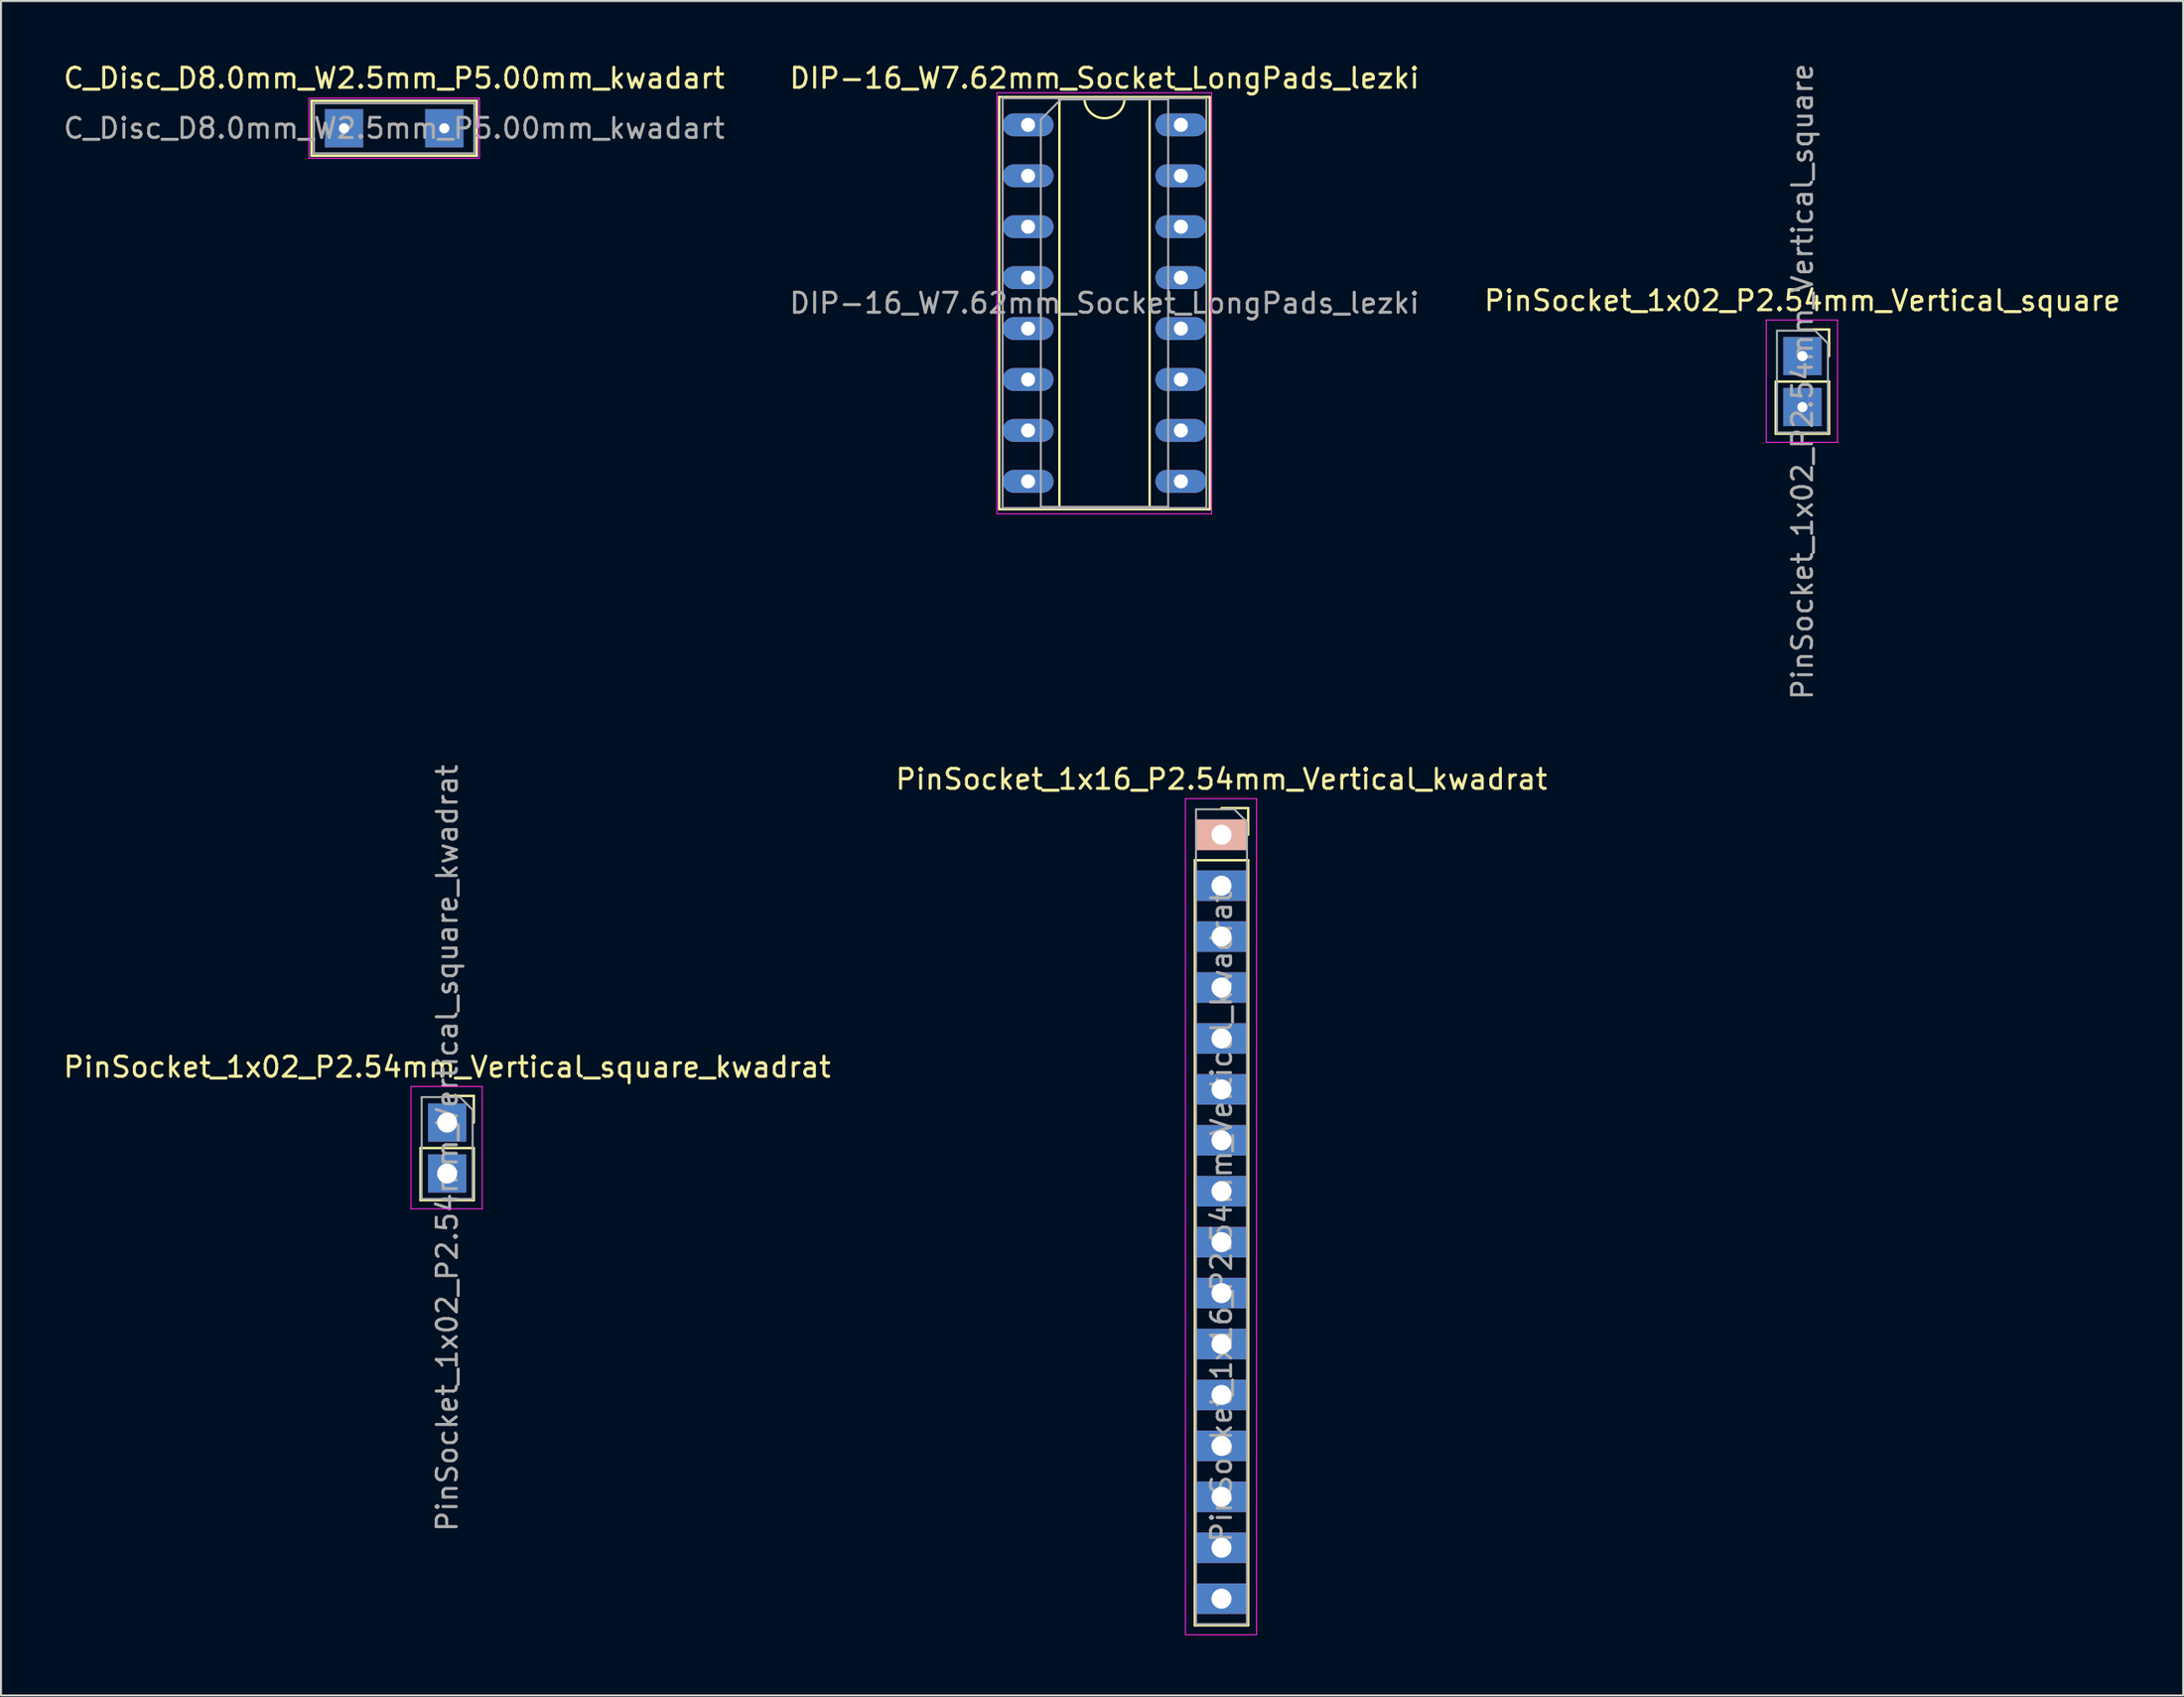
<source format=kicad_pcb>
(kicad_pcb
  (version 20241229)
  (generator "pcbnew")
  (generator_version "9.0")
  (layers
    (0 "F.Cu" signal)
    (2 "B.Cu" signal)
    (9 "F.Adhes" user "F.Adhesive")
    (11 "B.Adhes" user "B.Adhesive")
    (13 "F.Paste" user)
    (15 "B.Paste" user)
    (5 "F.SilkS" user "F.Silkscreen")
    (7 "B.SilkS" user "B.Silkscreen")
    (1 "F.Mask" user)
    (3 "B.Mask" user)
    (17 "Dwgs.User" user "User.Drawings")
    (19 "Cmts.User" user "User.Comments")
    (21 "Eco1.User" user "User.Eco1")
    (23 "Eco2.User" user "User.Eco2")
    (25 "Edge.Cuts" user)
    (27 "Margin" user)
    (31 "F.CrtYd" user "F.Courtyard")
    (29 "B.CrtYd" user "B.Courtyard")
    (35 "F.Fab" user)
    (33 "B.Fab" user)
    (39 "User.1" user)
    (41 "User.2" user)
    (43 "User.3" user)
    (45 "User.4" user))
  (footprint "PinSocket_1x02_P2.54mm_Vertical_square_kwadrat"
    (layer "F.Cu")
    (at 19.244 52.938)
    (property "Reference" "PinSocket_1x02_P2.54mm_Vertical_square_kwadrat" (at 0 -2.77 0) (layer "F.SilkS") (effects (font (size 1 1) (thickness 0.15))))
    (attr through_hole)
    (fp_line (start -1.33 1.27) (end -1.33 3.87) (stroke (width 0.12) (type solid)) (layer "F.SilkS"))
    (fp_line (start -1.33 1.27) (end 1.33 1.27) (stroke (width 0.12) (type solid)) (layer "F.SilkS"))
    (fp_line (start -1.33 3.87) (end 1.33 3.87) (stroke (width 0.12) (type solid)) (layer "F.SilkS"))
    (fp_line (start 0 -1.33) (end 1.33 -1.33) (stroke (width 0.12) (type solid)) (layer "F.SilkS"))
    (fp_line (start 1.33 -1.33) (end 1.33 0) (stroke (width 0.12) (type solid)) (layer "F.SilkS"))
    (fp_line (start 1.33 1.27) (end 1.33 3.87) (stroke (width 0.12) (type solid)) (layer "F.SilkS"))
    (fp_line (start -1.8 -1.8) (end 1.75 -1.8) (stroke (width 0.05) (type solid)) (layer "F.CrtYd"))
    (fp_line (start -1.8 4.3) (end -1.8 -1.8) (stroke (width 0.05) (type solid)) (layer "F.CrtYd"))
    (fp_line (start 1.75 -1.8) (end 1.75 4.3) (stroke (width 0.05) (type solid)) (layer "F.CrtYd"))
    (fp_line (start 1.75 4.3) (end -1.8 4.3) (stroke (width 0.05) (type solid)) (layer "F.CrtYd"))
    (fp_line (start -1.27 -1.27) (end 0.635 -1.27) (stroke (width 0.1) (type solid)) (layer "F.Fab"))
    (fp_line (start -1.27 3.81) (end -1.27 -1.27) (stroke (width 0.1) (type solid)) (layer "F.Fab"))
    (fp_line (start 0.635 -1.27) (end 1.27 -0.635) (stroke (width 0.1) (type solid)) (layer "F.Fab"))
    (fp_line (start 1.27 -0.635) (end 1.27 3.81) (stroke (width 0.1) (type solid)) (layer "F.Fab"))
    (fp_line (start 1.27 3.81) (end -1.27 3.81) (stroke (width 0.1) (type solid)) (layer "F.Fab"))
    (fp_text user "${REFERENCE}" (at 0 1.27 90) (layer "F.Fab") (effects (font (size 1 1) (thickness 0.15))))
    (pad "1" thru_hole rect (at 0 0) (size 1.905 1.905) (drill 1) (layers "*.Cu" "*.Mask"))
    (pad "2" thru_hole rect (at 0 2.54) (size 1.905 1.905) (drill 1) (layers "*.Cu" "*.Mask")))
  (footprint "PinSocket_1x16_P2.54mm_Vertical_kwadrat"
    (layer "F.Cu")
    (at 57.851 38.583)
    (property "Reference" "PinSocket_1x16_P2.54mm_Vertical_kwadrat" (at 0 -2.77 0) (layer "F.SilkS") (effects (font (size 1 1) (thickness 0.15))))
    (attr through_hole)
    (fp_line (start -1.33 1.27) (end -1.33 39.43) (stroke (width 0.12) (type solid)) (layer "F.SilkS"))
    (fp_line (start -1.33 1.27) (end 1.33 1.27) (stroke (width 0.12) (type solid)) (layer "F.SilkS"))
    (fp_line (start -1.33 39.43) (end 1.33 39.43) (stroke (width 0.12) (type solid)) (layer "F.SilkS"))
    (fp_line (start 0 -1.33) (end 1.33 -1.33) (stroke (width 0.12) (type solid)) (layer "F.SilkS"))
    (fp_line (start 1.33 -1.33) (end 1.33 0) (stroke (width 0.12) (type solid)) (layer "F.SilkS"))
    (fp_line (start 1.33 1.27) (end 1.33 39.43) (stroke (width 0.12) (type solid)) (layer "F.SilkS"))
    (fp_line (start -1.8 -1.8) (end 1.75 -1.8) (stroke (width 0.05) (type solid)) (layer "F.CrtYd"))
    (fp_line (start -1.8 39.9) (end -1.8 -1.8) (stroke (width 0.05) (type solid)) (layer "F.CrtYd"))
    (fp_line (start 1.75 -1.8) (end 1.75 39.9) (stroke (width 0.05) (type solid)) (layer "F.CrtYd"))
    (fp_line (start 1.75 39.9) (end -1.8 39.9) (stroke (width 0.05) (type solid)) (layer "F.CrtYd"))
    (fp_line (start -1.27 -1.27) (end 0.635 -1.27) (stroke (width 0.1) (type solid)) (layer "F.Fab"))
    (fp_line (start -1.27 39.37) (end -1.27 -1.27) (stroke (width 0.1) (type solid)) (layer "F.Fab"))
    (fp_line (start 0.635 -1.27) (end 1.27 -0.635) (stroke (width 0.1) (type solid)) (layer "F.Fab"))
    (fp_line (start 1.27 -0.635) (end 1.27 39.37) (stroke (width 0.1) (type solid)) (layer "F.Fab"))
    (fp_line (start 1.27 39.37) (end -1.27 39.37) (stroke (width 0.1) (type solid)) (layer "F.Fab"))
    (fp_text user "${REFERENCE}" (at 0 19.05 270) (layer "F.Fab") (effects (font (size 1 1) (thickness 0.15))))
    (pad "1" thru_hole rect (at 0 0) (size 2.54 1.524) (drill 1) (layers "*.Cu" "*.Mask" "B.SilkS"))
    (pad "2" thru_hole rect (at 0 2.54) (size 2.54 1.524) (drill 1) (layers "*.Cu" "*.Mask"))
    (pad "3" thru_hole rect (at 0 5.08) (size 2.54 1.524) (drill 1) (layers "*.Cu" "*.Mask"))
    (pad "4" thru_hole rect (at 0 7.62) (size 2.54 1.524) (drill 1) (layers "*.Cu" "*.Mask"))
    (pad "5" thru_hole rect (at 0 10.16) (size 2.54 1.524) (drill 1) (layers "*.Cu" "*.Mask"))
    (pad "6" thru_hole rect (at 0 12.7) (size 2.54 1.524) (drill 1) (layers "*.Cu" "*.Mask"))
    (pad "7" thru_hole rect (at 0 15.24) (size 2.54 1.524) (drill 1) (layers "*.Cu" "*.Mask"))
    (pad "8" thru_hole rect (at 0 17.78) (size 2.54 1.524) (drill 1) (layers "*.Cu" "*.Mask"))
    (pad "9" thru_hole rect (at 0 20.32) (size 2.54 1.524) (drill 1) (layers "*.Cu" "*.Mask"))
    (pad "10" thru_hole rect (at 0 22.86) (size 2.54 1.524) (drill 1) (layers "*.Cu" "*.Mask"))
    (pad "11" thru_hole rect (at 0 25.4) (size 2.54 1.524) (drill 1) (layers "*.Cu" "*.Mask"))
    (pad "12" thru_hole rect (at 0 27.94) (size 2.54 1.524) (drill 1) (layers "*.Cu" "*.Mask"))
    (pad "13" thru_hole rect (at 0 30.48) (size 2.54 1.524) (drill 1) (layers "*.Cu" "*.Mask"))
    (pad "14" thru_hole rect (at 0 33.02) (size 2.54 1.524) (drill 1) (layers "*.Cu" "*.Mask"))
    (pad "15" thru_hole rect (at 0 35.56) (size 2.54 1.524) (drill 1) (layers "*.Cu" "*.Mask"))
    (pad "16" thru_hole rect (at 0 38.1) (size 2.54 1.524) (drill 1) (layers "*.Cu" "*.Mask")))
  (footprint "C_Disc_D8.0mm_W2.5mm_P5.00mm_kwadart"
    (layer "F.Cu")
    (at 14.101 3.348)
    (property "Reference" "C_Disc_D8.0mm_W2.5mm_P5.00mm_kwadart" (at 2.5 -2.5 0) (layer "F.SilkS") (effects (font (size 1 1) (thickness 0.15))))
    (attr through_hole)
    (fp_line (start -1.62 -1.37) (end -1.62 1.37) (stroke (width 0.12) (type solid)) (layer "F.SilkS"))
    (fp_line (start -1.62 -1.37) (end 6.62 -1.37) (stroke (width 0.12) (type solid)) (layer "F.SilkS"))
    (fp_line (start -1.62 1.37) (end 6.62 1.37) (stroke (width 0.12) (type solid)) (layer "F.SilkS"))
    (fp_line (start 6.62 -1.37) (end 6.62 1.37) (stroke (width 0.12) (type solid)) (layer "F.SilkS"))
    (fp_line (start -1.75 -1.5) (end -1.75 1.5) (stroke (width 0.05) (type solid)) (layer "F.CrtYd"))
    (fp_line (start -1.75 1.5) (end 6.75 1.5) (stroke (width 0.05) (type solid)) (layer "F.CrtYd"))
    (fp_line (start 6.75 -1.5) (end -1.75 -1.5) (stroke (width 0.05) (type solid)) (layer "F.CrtYd"))
    (fp_line (start 6.75 1.5) (end 6.75 -1.5) (stroke (width 0.05) (type solid)) (layer "F.CrtYd"))
    (fp_line (start -1.5 -1.25) (end -1.5 1.25) (stroke (width 0.1) (type solid)) (layer "F.Fab"))
    (fp_line (start -1.5 1.25) (end 6.5 1.25) (stroke (width 0.1) (type solid)) (layer "F.Fab"))
    (fp_line (start 6.5 -1.25) (end -1.5 -1.25) (stroke (width 0.1) (type solid)) (layer "F.Fab"))
    (fp_line (start 6.5 1.25) (end 6.5 -1.25) (stroke (width 0.1) (type solid)) (layer "F.Fab"))
    (fp_text user "${REFERENCE}" (at 2.5 0 0) (layer "F.Fab") (effects (font (size 1 1) (thickness 0.15))))
    (pad "1" thru_hole rect (at 0 0) (size 1.905 1.905) (drill 0.508) (layers "*.Cu" "*.Mask"))
    (pad "2" thru_hole rect (at 5 0) (size 1.905 1.905) (drill 0.508) (layers "*.Cu" "*.Mask")))
  (footprint "PinSocket_1x02_P2.54mm_Vertical_square"
    (layer "F.Cu")
    (at 86.815 14.712)
    (property "Reference" "PinSocket_1x02_P2.54mm_Vertical_square" (at 0 -2.77 0) (layer "F.SilkS") (effects (font (size 1 1) (thickness 0.15))))
    (attr through_hole)
    (fp_line (start -1.33 1.27) (end -1.33 3.87) (stroke (width 0.12) (type solid)) (layer "F.SilkS"))
    (fp_line (start -1.33 1.27) (end 1.33 1.27) (stroke (width 0.12) (type solid)) (layer "F.SilkS"))
    (fp_line (start -1.33 3.87) (end 1.33 3.87) (stroke (width 0.12) (type solid)) (layer "F.SilkS"))
    (fp_line (start 0 -1.33) (end 1.33 -1.33) (stroke (width 0.12) (type solid)) (layer "F.SilkS"))
    (fp_line (start 1.33 -1.33) (end 1.33 0) (stroke (width 0.12) (type solid)) (layer "F.SilkS"))
    (fp_line (start 1.33 1.27) (end 1.33 3.87) (stroke (width 0.12) (type solid)) (layer "F.SilkS"))
    (fp_line (start -1.8 -1.8) (end 1.75 -1.8) (stroke (width 0.05) (type solid)) (layer "F.CrtYd"))
    (fp_line (start -1.8 4.3) (end -1.8 -1.8) (stroke (width 0.05) (type solid)) (layer "F.CrtYd"))
    (fp_line (start 1.75 -1.8) (end 1.75 4.3) (stroke (width 0.05) (type solid)) (layer "F.CrtYd"))
    (fp_line (start 1.75 4.3) (end -1.8 4.3) (stroke (width 0.05) (type solid)) (layer "F.CrtYd"))
    (fp_line (start -1.27 -1.27) (end 0.635 -1.27) (stroke (width 0.1) (type solid)) (layer "F.Fab"))
    (fp_line (start -1.27 3.81) (end -1.27 -1.27) (stroke (width 0.1) (type solid)) (layer "F.Fab"))
    (fp_line (start 0.635 -1.27) (end 1.27 -0.635) (stroke (width 0.1) (type solid)) (layer "F.Fab"))
    (fp_line (start 1.27 -0.635) (end 1.27 3.81) (stroke (width 0.1) (type solid)) (layer "F.Fab"))
    (fp_line (start 1.27 3.81) (end -1.27 3.81) (stroke (width 0.1) (type solid)) (layer "F.Fab"))
    (fp_text user "${REFERENCE}" (at 0 1.27 90) (layer "F.Fab") (effects (font (size 1 1) (thickness 0.15))))
    (pad "1" thru_hole rect (at 0 0) (size 1.905 1.905) (drill 0.508) (layers "*.Cu" "*.Mask"))
    (pad "2" thru_hole rect (at 0 2.54) (size 1.905 1.905) (drill 0.508) (layers "*.Cu" "*.Mask")))
  (footprint "DIP-16_W7.62mm_Socket_LongPads_lezki"
    (layer "F.Cu")
    (at 48.208 3.178)
    (property "Reference" "DIP-16_W7.62mm_Socket_LongPads_lezki" (at 3.81 -2.33 0) (layer "F.SilkS") (effects (font (size 1 1) (thickness 0.15))))
    (attr through_hole)
    (fp_line (start -1.44 -1.39) (end -1.44 19.17) (stroke (width 0.12) (type solid)) (layer "F.SilkS"))
    (fp_line (start -1.44 19.17) (end 9.06 19.17) (stroke (width 0.12) (type solid)) (layer "F.SilkS"))
    (fp_line (start 1.56 -1.33) (end 1.56 19.11) (stroke (width 0.12) (type solid)) (layer "F.SilkS"))
    (fp_line (start 1.56 19.11) (end 6.06 19.11) (stroke (width 0.12) (type solid)) (layer "F.SilkS"))
    (fp_line (start 2.81 -1.33) (end 1.56 -1.33) (stroke (width 0.12) (type solid)) (layer "F.SilkS"))
    (fp_line (start 6.06 -1.33) (end 4.81 -1.33) (stroke (width 0.12) (type solid)) (layer "F.SilkS"))
    (fp_line (start 6.06 19.11) (end 6.06 -1.33) (stroke (width 0.12) (type solid)) (layer "F.SilkS"))
    (fp_line (start 9.06 -1.39) (end -1.44 -1.39) (stroke (width 0.12) (type solid)) (layer "F.SilkS"))
    (fp_line (start 9.06 19.17) (end 9.06 -1.39) (stroke (width 0.12) (type solid)) (layer "F.SilkS"))
    (fp_arc (start 4.81 -1.33) (mid 3.81 -0.33) (end 2.81 -1.33) (stroke (width 0.12) (type solid)) (layer "F.SilkS"))
    (fp_line (start -1.55 -1.6) (end -1.55 19.4) (stroke (width 0.05) (type solid)) (layer "F.CrtYd"))
    (fp_line (start -1.55 19.4) (end 9.15 19.4) (stroke (width 0.05) (type solid)) (layer "F.CrtYd"))
    (fp_line (start 9.15 -1.6) (end -1.55 -1.6) (stroke (width 0.05) (type solid)) (layer "F.CrtYd"))
    (fp_line (start 9.15 19.4) (end 9.15 -1.6) (stroke (width 0.05) (type solid)) (layer "F.CrtYd"))
    (fp_line (start -1.27 -1.33) (end -1.27 19.11) (stroke (width 0.1) (type solid)) (layer "F.Fab"))
    (fp_line (start -1.27 19.11) (end 8.89 19.11) (stroke (width 0.1) (type solid)) (layer "F.Fab"))
    (fp_line (start 0.635 -0.27) (end 1.635 -1.27) (stroke (width 0.1) (type solid)) (layer "F.Fab"))
    (fp_line (start 0.635 19.05) (end 0.635 -0.27) (stroke (width 0.1) (type solid)) (layer "F.Fab"))
    (fp_line (start 1.635 -1.27) (end 6.985 -1.27) (stroke (width 0.1) (type solid)) (layer "F.Fab"))
    (fp_line (start 6.985 -1.27) (end 6.985 19.05) (stroke (width 0.1) (type solid)) (layer "F.Fab"))
    (fp_line (start 6.985 19.05) (end 0.635 19.05) (stroke (width 0.1) (type solid)) (layer "F.Fab"))
    (fp_line (start 8.89 -1.33) (end -1.27 -1.33) (stroke (width 0.1) (type solid)) (layer "F.Fab"))
    (fp_line (start 8.89 19.11) (end 8.89 -1.33) (stroke (width 0.1) (type solid)) (layer "F.Fab"))
    (fp_text user "${REFERENCE}" (at 3.81 8.89 0) (layer "F.Fab") (effects (font (size 1 1) (thickness 0.15))))
    (pad "1" thru_hole oval (at 0 0) (size 2.54 1.143) (drill 0.7) (layers "*.Cu" "*.Mask"))
    (pad "2" thru_hole oval (at 0 2.54) (size 2.54 1.143) (drill 0.7) (layers "*.Cu" "*.Mask"))
    (pad "3" thru_hole oval (at 0 5.08) (size 2.54 1.143) (drill 0.7) (layers "*.Cu" "*.Mask"))
    (pad "4" thru_hole oval (at 0 7.62) (size 2.54 1.143) (drill 0.7) (layers "*.Cu" "*.Mask"))
    (pad "5" thru_hole oval (at 0 10.16) (size 2.54 1.143) (drill 0.7) (layers "*.Cu" "*.Mask"))
    (pad "6" thru_hole oval (at 0 12.7) (size 2.54 1.143) (drill 0.7) (layers "*.Cu" "*.Mask"))
    (pad "7" thru_hole oval (at 0 15.24) (size 2.54 1.143) (drill 0.7) (layers "*.Cu" "*.Mask"))
    (pad "8" thru_hole oval (at 0 17.78) (size 2.54 1.143) (drill 0.7) (layers "*.Cu" "*.Mask"))
    (pad "9" thru_hole oval (at 7.62 17.78) (size 2.54 1.143) (drill 0.7) (layers "*.Cu" "*.Mask" "Eco1.User"))
    (pad "10" thru_hole oval (at 7.62 15.24) (size 2.54 1.143) (drill 0.7) (layers "*.Cu" "*.Mask"))
    (pad "11" thru_hole oval (at 7.62 12.7) (size 2.54 1.143) (drill 0.7) (layers "*.Cu" "*.Mask"))
    (pad "12" thru_hole oval (at 7.62 10.16) (size 2.54 1.143) (drill 0.7) (layers "*.Cu" "*.Mask"))
    (pad "13" thru_hole oval (at 7.62 7.62) (size 2.54 1.143) (drill 0.7) (layers "*.Cu" "*.Mask"))
    (pad "14" thru_hole oval (at 7.62 5.08) (size 2.54 1.143) (drill 0.7) (layers "*.Cu" "*.Mask"))
    (pad "15" thru_hole oval (at 7.62 2.54) (size 2.54 1.143) (drill 0.7) (layers "*.Cu" "*.Mask"))
    (pad "16" thru_hole oval (at 7.62 0) (size 2.54 1.143) (drill 0.7) (layers "*.Cu" "*.Mask")))
  (gr_rect
    (start -3 -3)
    (end 105.798 81.508)
    (stroke (width 0.1) (type default))
    (fill no)
    (layer "Edge.Cuts")))
</source>
